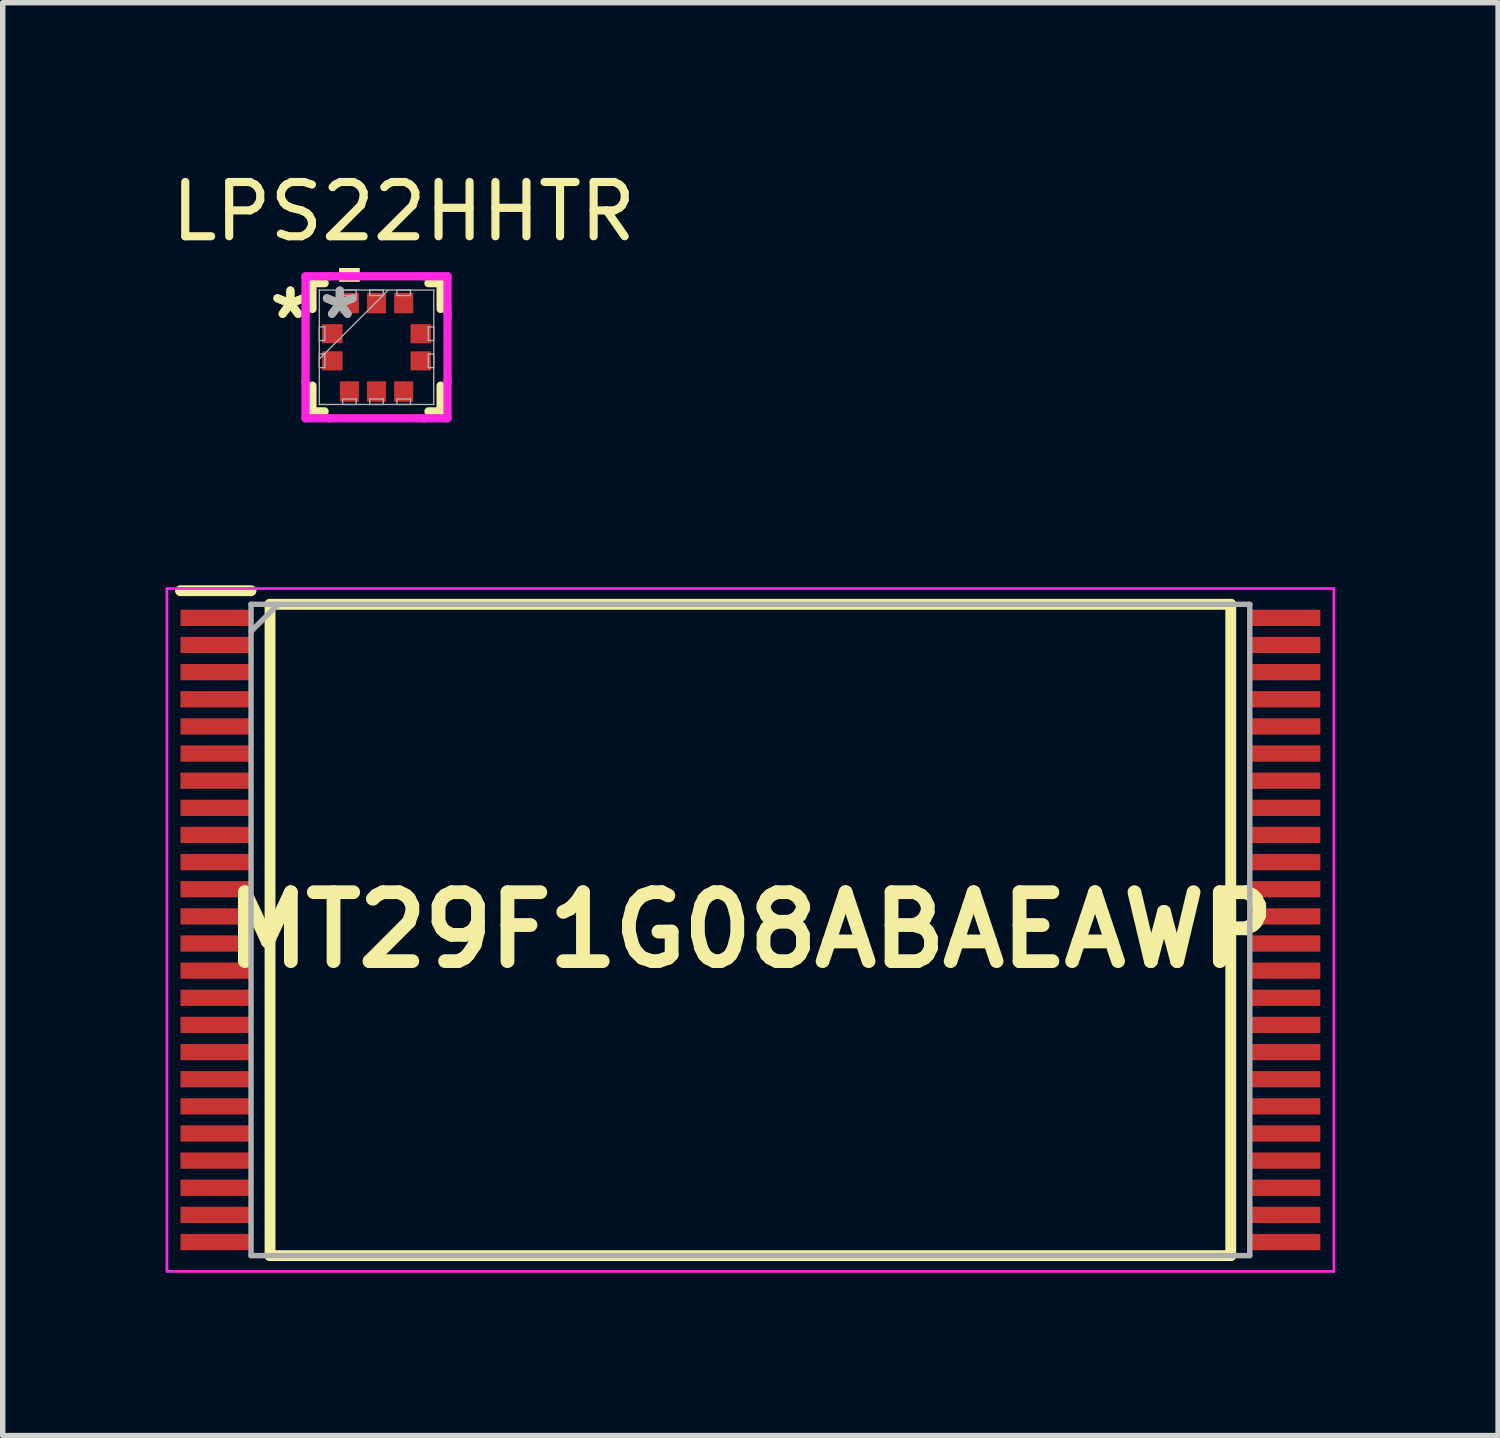
<source format=kicad_pcb>
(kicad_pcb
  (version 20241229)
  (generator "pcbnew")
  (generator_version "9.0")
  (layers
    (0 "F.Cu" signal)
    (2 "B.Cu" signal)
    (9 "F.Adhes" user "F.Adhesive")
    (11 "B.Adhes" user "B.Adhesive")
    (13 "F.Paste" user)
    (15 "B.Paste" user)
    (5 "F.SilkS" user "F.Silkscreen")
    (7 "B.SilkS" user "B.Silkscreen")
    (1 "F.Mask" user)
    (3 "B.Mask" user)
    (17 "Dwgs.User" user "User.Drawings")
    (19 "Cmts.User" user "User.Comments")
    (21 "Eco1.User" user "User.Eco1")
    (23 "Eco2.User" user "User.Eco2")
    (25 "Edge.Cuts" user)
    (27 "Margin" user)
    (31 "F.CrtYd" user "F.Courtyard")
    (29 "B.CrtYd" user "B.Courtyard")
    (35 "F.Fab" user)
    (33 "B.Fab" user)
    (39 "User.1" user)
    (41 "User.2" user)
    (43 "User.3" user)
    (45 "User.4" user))
  (footprint "LPS22HHTR"
    (layer "F.Cu")
    (at 3.887 3.348)
    (property "Reference" "LPS22HHTR" (at 0.5 -2.5 0) (unlocked yes) (layer "F.SilkS") (effects (font (size 1 1) (thickness 0.15))))
    (attr smd)
    (fp_line (start -1.181 -1.181) (end -1.181 -0.707) (stroke (width 0.152) (type solid)) (layer "F.SilkS"))
    (fp_line (start -1.181 0.707) (end -1.181 1.181) (stroke (width 0.152) (type solid)) (layer "F.SilkS"))
    (fp_line (start -1.181 1.181) (end -0.957 1.181) (stroke (width 0.152) (type solid)) (layer "F.SilkS"))
    (fp_line (start -0.957 -1.181) (end -1.181 -1.181) (stroke (width 0.152) (type solid)) (layer "F.SilkS"))
    (fp_line (start 0.957 1.181) (end 1.181 1.181) (stroke (width 0.152) (type solid)) (layer "F.SilkS"))
    (fp_line (start 1.181 -1.181) (end 0.957 -1.181) (stroke (width 0.152) (type solid)) (layer "F.SilkS"))
    (fp_line (start 1.181 -0.707) (end 1.181 -1.181) (stroke (width 0.152) (type solid)) (layer "F.SilkS"))
    (fp_line (start 1.181 1.181) (end 1.181 0.707) (stroke (width 0.152) (type solid)) (layer "F.SilkS"))
    (fp_poly (pts (xy -0.69 -1.206) (xy -0.69 -1.46) (xy -0.309 -1.46) (xy -0.309 -1.206)) (stroke (width 0) (type solid)) (fill yes) (layer "F.SilkS"))
    (fp_line (start -1.308 -1.308) (end -0.879 -1.308) (stroke (width 0.152) (type solid)) (layer "F.CrtYd"))
    (fp_line (start -1.308 -0.629) (end -1.308 -1.308) (stroke (width 0.152) (type solid)) (layer "F.CrtYd"))
    (fp_line (start -1.308 -0.629) (end -1.308 -0.629) (stroke (width 0.152) (type solid)) (layer "F.CrtYd"))
    (fp_line (start -1.308 0.629) (end -1.308 -0.629) (stroke (width 0.152) (type solid)) (layer "F.CrtYd"))
    (fp_line (start -1.308 0.629) (end -1.308 0.629) (stroke (width 0.152) (type solid)) (layer "F.CrtYd"))
    (fp_line (start -1.308 1.308) (end -1.308 0.629) (stroke (width 0.152) (type solid)) (layer "F.CrtYd"))
    (fp_line (start -0.879 -1.308) (end -0.879 -1.308) (stroke (width 0.152) (type solid)) (layer "F.CrtYd"))
    (fp_line (start -0.879 -1.308) (end 0.879 -1.308) (stroke (width 0.152) (type solid)) (layer "F.CrtYd"))
    (fp_line (start -0.879 1.308) (end -1.308 1.308) (stroke (width 0.152) (type solid)) (layer "F.CrtYd"))
    (fp_line (start -0.879 1.308) (end -0.879 1.308) (stroke (width 0.152) (type solid)) (layer "F.CrtYd"))
    (fp_line (start 0.879 -1.308) (end 0.879 -1.308) (stroke (width 0.152) (type solid)) (layer "F.CrtYd"))
    (fp_line (start 0.879 -1.308) (end 1.308 -1.308) (stroke (width 0.152) (type solid)) (layer "F.CrtYd"))
    (fp_line (start 0.879 1.308) (end -0.879 1.308) (stroke (width 0.152) (type solid)) (layer "F.CrtYd"))
    (fp_line (start 0.879 1.308) (end 0.879 1.308) (stroke (width 0.152) (type solid)) (layer "F.CrtYd"))
    (fp_line (start 1.308 -1.308) (end 1.308 -0.629) (stroke (width 0.152) (type solid)) (layer "F.CrtYd"))
    (fp_line (start 1.308 -0.629) (end 1.308 -0.629) (stroke (width 0.152) (type solid)) (layer "F.CrtYd"))
    (fp_line (start 1.308 -0.629) (end 1.308 0.629) (stroke (width 0.152) (type solid)) (layer "F.CrtYd"))
    (fp_line (start 1.308 0.629) (end 1.308 0.629) (stroke (width 0.152) (type solid)) (layer "F.CrtYd"))
    (fp_line (start 1.308 0.629) (end 1.308 1.308) (stroke (width 0.152) (type solid)) (layer "F.CrtYd"))
    (fp_line (start 1.308 1.308) (end 0.879 1.308) (stroke (width 0.152) (type solid)) (layer "F.CrtYd"))
    (fp_line (start -1.054 -1.054) (end -1.054 -1.054) (stroke (width 0.025) (type solid)) (layer "F.Fab"))
    (fp_line (start -1.054 -1.054) (end -1.054 1.054) (stroke (width 0.025) (type solid)) (layer "F.Fab"))
    (fp_line (start -1.054 -0.375) (end -0.953 -0.375) (stroke (width 0.025) (type solid)) (layer "F.Fab"))
    (fp_line (start -1.054 -0.125) (end -1.054 -0.375) (stroke (width 0.025) (type solid)) (layer "F.Fab"))
    (fp_line (start -1.054 0.125) (end -0.953 0.125) (stroke (width 0.025) (type solid)) (layer "F.Fab"))
    (fp_line (start -1.054 0.216) (end 0.216 -1.054) (stroke (width 0.025) (type solid)) (layer "F.Fab"))
    (fp_line (start -1.054 0.375) (end -1.054 0.125) (stroke (width 0.025) (type solid)) (layer "F.Fab"))
    (fp_line (start -1.054 1.054) (end -1.054 1.054) (stroke (width 0.025) (type solid)) (layer "F.Fab"))
    (fp_line (start -1.054 1.054) (end 1.054 1.054) (stroke (width 0.025) (type solid)) (layer "F.Fab"))
    (fp_line (start -0.953 -0.375) (end -0.953 -0.125) (stroke (width 0.025) (type solid)) (layer "F.Fab"))
    (fp_line (start -0.953 -0.125) (end -1.054 -0.125) (stroke (width 0.025) (type solid)) (layer "F.Fab"))
    (fp_line (start -0.953 0.125) (end -0.953 0.375) (stroke (width 0.025) (type solid)) (layer "F.Fab"))
    (fp_line (start -0.953 0.375) (end -1.054 0.375) (stroke (width 0.025) (type solid)) (layer "F.Fab"))
    (fp_line (start -0.625 -1.054) (end -0.375 -1.054) (stroke (width 0.025) (type solid)) (layer "F.Fab"))
    (fp_line (start -0.625 -0.953) (end -0.625 -1.054) (stroke (width 0.025) (type solid)) (layer "F.Fab"))
    (fp_line (start -0.625 0.953) (end -0.375 0.953) (stroke (width 0.025) (type solid)) (layer "F.Fab"))
    (fp_line (start -0.625 1.054) (end -0.625 0.953) (stroke (width 0.025) (type solid)) (layer "F.Fab"))
    (fp_line (start -0.375 -1.054) (end -0.375 -0.953) (stroke (width 0.025) (type solid)) (layer "F.Fab"))
    (fp_line (start -0.375 -0.953) (end -0.625 -0.953) (stroke (width 0.025) (type solid)) (layer "F.Fab"))
    (fp_line (start -0.375 0.953) (end -0.375 1.054) (stroke (width 0.025) (type solid)) (layer "F.Fab"))
    (fp_line (start -0.375 1.054) (end -0.625 1.054) (stroke (width 0.025) (type solid)) (layer "F.Fab"))
    (fp_line (start -0.125 -1.054) (end 0.125 -1.054) (stroke (width 0.025) (type solid)) (layer "F.Fab"))
    (fp_line (start -0.125 -0.953) (end -0.125 -1.054) (stroke (width 0.025) (type solid)) (layer "F.Fab"))
    (fp_line (start -0.125 0.953) (end 0.125 0.953) (stroke (width 0.025) (type solid)) (layer "F.Fab"))
    (fp_line (start -0.125 1.054) (end -0.125 0.953) (stroke (width 0.025) (type solid)) (layer "F.Fab"))
    (fp_line (start 0.125 -1.054) (end 0.125 -0.953) (stroke (width 0.025) (type solid)) (layer "F.Fab"))
    (fp_line (start 0.125 -0.953) (end -0.125 -0.953) (stroke (width 0.025) (type solid)) (layer "F.Fab"))
    (fp_line (start 0.125 0.953) (end 0.125 1.054) (stroke (width 0.025) (type solid)) (layer "F.Fab"))
    (fp_line (start 0.125 1.054) (end -0.125 1.054) (stroke (width 0.025) (type solid)) (layer "F.Fab"))
    (fp_line (start 0.375 -1.054) (end 0.625 -1.054) (stroke (width 0.025) (type solid)) (layer "F.Fab"))
    (fp_line (start 0.375 -0.953) (end 0.375 -1.054) (stroke (width 0.025) (type solid)) (layer "F.Fab"))
    (fp_line (start 0.375 0.953) (end 0.625 0.953) (stroke (width 0.025) (type solid)) (layer "F.Fab"))
    (fp_line (start 0.375 1.054) (end 0.375 0.953) (stroke (width 0.025) (type solid)) (layer "F.Fab"))
    (fp_line (start 0.625 -1.054) (end 0.625 -0.953) (stroke (width 0.025) (type solid)) (layer "F.Fab"))
    (fp_line (start 0.625 -0.953) (end 0.375 -0.953) (stroke (width 0.025) (type solid)) (layer "F.Fab"))
    (fp_line (start 0.625 0.953) (end 0.625 1.054) (stroke (width 0.025) (type solid)) (layer "F.Fab"))
    (fp_line (start 0.625 1.054) (end 0.375 1.054) (stroke (width 0.025) (type solid)) (layer "F.Fab"))
    (fp_line (start 0.953 -0.375) (end 1.054 -0.375) (stroke (width 0.025) (type solid)) (layer "F.Fab"))
    (fp_line (start 0.953 -0.125) (end 0.953 -0.375) (stroke (width 0.025) (type solid)) (layer "F.Fab"))
    (fp_line (start 0.953 0.125) (end 1.054 0.125) (stroke (width 0.025) (type solid)) (layer "F.Fab"))
    (fp_line (start 0.953 0.375) (end 0.953 0.125) (stroke (width 0.025) (type solid)) (layer "F.Fab"))
    (fp_line (start 1.054 -1.054) (end -1.054 -1.054) (stroke (width 0.025) (type solid)) (layer "F.Fab"))
    (fp_line (start 1.054 -1.054) (end 1.054 -1.054) (stroke (width 0.025) (type solid)) (layer "F.Fab"))
    (fp_line (start 1.054 -0.375) (end 1.054 -0.125) (stroke (width 0.025) (type solid)) (layer "F.Fab"))
    (fp_line (start 1.054 -0.125) (end 0.953 -0.125) (stroke (width 0.025) (type solid)) (layer "F.Fab"))
    (fp_line (start 1.054 0.125) (end 1.054 0.375) (stroke (width 0.025) (type solid)) (layer "F.Fab"))
    (fp_line (start 1.054 0.375) (end 0.953 0.375) (stroke (width 0.025) (type solid)) (layer "F.Fab"))
    (fp_line (start 1.054 1.054) (end 1.054 -1.054) (stroke (width 0.025) (type solid)) (layer "F.Fab"))
    (fp_line (start 1.054 1.054) (end 1.054 1.054) (stroke (width 0.025) (type solid)) (layer "F.Fab"))
    (fp_text user "*" (at -1.587 -0.5 0) (layer "F.SilkS") (effects (font (size 1 1) (thickness 0.15))))
    (fp_text user "*" (at -1.587 -0.5 0) (unlocked yes) (layer "F.SilkS") (effects (font (size 1 1) (thickness 0.15))))
    (fp_text user "*" (at -0.677 -0.5 0) (layer "F.Fab") (effects (font (size 1 1) (thickness 0.15))))
    (fp_text user "*" (at -0.677 -0.5 0) (unlocked yes) (layer "F.Fab") (effects (font (size 1 1) (thickness 0.15))))
    (pad "1" smd rect (at -0.815 -0.25 90) (size 0.352 0.377) (layers "F.Cu" "F.Mask" "F.Paste"))
    (pad "2" smd rect (at -0.815 0.25 90) (size 0.352 0.377) (layers "F.Cu" "F.Mask" "F.Paste"))
    (pad "3" smd rect (at -0.5 0.815) (size 0.352 0.377) (layers "F.Cu" "F.Mask" "F.Paste"))
    (pad "4" smd rect (at 0 0.815) (size 0.352 0.377) (layers "F.Cu" "F.Mask" "F.Paste"))
    (pad "5" smd rect (at 0.5 0.815) (size 0.352 0.377) (layers "F.Cu" "F.Mask" "F.Paste"))
    (pad "6" smd rect (at 0.815 0.25 90) (size 0.352 0.377) (layers "F.Cu" "F.Mask" "F.Paste"))
    (pad "7" smd rect (at 0.815 -0.25 90) (size 0.352 0.377) (layers "F.Cu" "F.Mask" "F.Paste"))
    (pad "8" smd rect (at 0.5 -0.815) (size 0.352 0.377) (layers "F.Cu" "F.Mask" "F.Paste"))
    (pad "9" smd rect (at 0 -0.815) (size 0.352 0.377) (layers "F.Cu" "F.Mask" "F.Paste"))
    (pad "10" smd rect (at -0.5 -0.815) (size 0.352 0.377) (layers "F.Cu" "F.Mask" "F.Paste")))
  (footprint "MT29F1G08ABAEAWP"
    (layer "F.Cu")
    (at 10.775 14.083)
    (property "Reference" "MT29F1G08ABAEAWP" (at 0 0 0) (layer "F.SilkS") (effects (font (size 1.27 1.27) (thickness 0.254))))
    (attr smd)
    (fp_line (start -10.5 -6.25) (end -9.2 -6.25) (stroke (width 0.2) (type solid)) (layer "F.SilkS"))
    (fp_line (start -8.85 -6) (end 8.85 -6) (stroke (width 0.2) (type solid)) (layer "F.SilkS"))
    (fp_line (start -8.85 6) (end -8.85 -6) (stroke (width 0.2) (type solid)) (layer "F.SilkS"))
    (fp_line (start 8.85 -6) (end 8.85 6) (stroke (width 0.2) (type solid)) (layer "F.SilkS"))
    (fp_line (start 8.85 6) (end -8.85 6) (stroke (width 0.2) (type solid)) (layer "F.SilkS"))
    (fp_line (start -10.75 -6.29) (end 10.75 -6.29) (stroke (width 0.05) (type solid)) (layer "F.CrtYd"))
    (fp_line (start -10.75 6.29) (end -10.75 -6.29) (stroke (width 0.05) (type solid)) (layer "F.CrtYd"))
    (fp_line (start 10.75 -6.29) (end 10.75 6.29) (stroke (width 0.05) (type solid)) (layer "F.CrtYd"))
    (fp_line (start 10.75 6.29) (end -10.75 6.29) (stroke (width 0.05) (type solid)) (layer "F.CrtYd"))
    (fp_line (start -9.2 -6) (end 9.2 -6) (stroke (width 0.1) (type solid)) (layer "F.Fab"))
    (fp_line (start -9.2 -5.5) (end -8.7 -6) (stroke (width 0.1) (type solid)) (layer "F.Fab"))
    (fp_line (start -9.2 6) (end -9.2 -6) (stroke (width 0.1) (type solid)) (layer "F.Fab"))
    (fp_line (start 9.2 -6) (end 9.2 6) (stroke (width 0.1) (type solid)) (layer "F.Fab"))
    (fp_line (start 9.2 6) (end -9.2 6) (stroke (width 0.1) (type solid)) (layer "F.Fab"))
    (pad "1" smd rect (at -9.85 -5.75 90) (size 0.3 1.3) (layers "F.Cu" "F.Mask" "F.Paste"))
    (pad "2" smd rect (at -9.85 -5.25 90) (size 0.3 1.3) (layers "F.Cu" "F.Mask" "F.Paste"))
    (pad "3" smd rect (at -9.85 -4.75 90) (size 0.3 1.3) (layers "F.Cu" "F.Mask" "F.Paste"))
    (pad "4" smd rect (at -9.85 -4.25 90) (size 0.3 1.3) (layers "F.Cu" "F.Mask" "F.Paste"))
    (pad "5" smd rect (at -9.85 -3.75 90) (size 0.3 1.3) (layers "F.Cu" "F.Mask" "F.Paste"))
    (pad "6" smd rect (at -9.85 -3.25 90) (size 0.3 1.3) (layers "F.Cu" "F.Mask" "F.Paste"))
    (pad "7" smd rect (at -9.85 -2.75 90) (size 0.3 1.3) (layers "F.Cu" "F.Mask" "F.Paste"))
    (pad "8" smd rect (at -9.85 -2.25 90) (size 0.3 1.3) (layers "F.Cu" "F.Mask" "F.Paste"))
    (pad "9" smd rect (at -9.85 -1.75 90) (size 0.3 1.3) (layers "F.Cu" "F.Mask" "F.Paste"))
    (pad "10" smd rect (at -9.85 -1.25 90) (size 0.3 1.3) (layers "F.Cu" "F.Mask" "F.Paste"))
    (pad "11" smd rect (at -9.85 -0.75 90) (size 0.3 1.3) (layers "F.Cu" "F.Mask" "F.Paste"))
    (pad "12" smd rect (at -9.85 -0.25 90) (size 0.3 1.3) (layers "F.Cu" "F.Mask" "F.Paste"))
    (pad "13" smd rect (at -9.85 0.25 90) (size 0.3 1.3) (layers "F.Cu" "F.Mask" "F.Paste"))
    (pad "14" smd rect (at -9.85 0.75 90) (size 0.3 1.3) (layers "F.Cu" "F.Mask" "F.Paste"))
    (pad "15" smd rect (at -9.85 1.25 90) (size 0.3 1.3) (layers "F.Cu" "F.Mask" "F.Paste"))
    (pad "16" smd rect (at -9.85 1.75 90) (size 0.3 1.3) (layers "F.Cu" "F.Mask" "F.Paste"))
    (pad "17" smd rect (at -9.85 2.25 90) (size 0.3 1.3) (layers "F.Cu" "F.Mask" "F.Paste"))
    (pad "18" smd rect (at -9.85 2.75 90) (size 0.3 1.3) (layers "F.Cu" "F.Mask" "F.Paste"))
    (pad "19" smd rect (at -9.85 3.25 90) (size 0.3 1.3) (layers "F.Cu" "F.Mask" "F.Paste"))
    (pad "20" smd rect (at -9.85 3.75 90) (size 0.3 1.3) (layers "F.Cu" "F.Mask" "F.Paste"))
    (pad "21" smd rect (at -9.85 4.25 90) (size 0.3 1.3) (layers "F.Cu" "F.Mask" "F.Paste"))
    (pad "22" smd rect (at -9.85 4.75 90) (size 0.3 1.3) (layers "F.Cu" "F.Mask" "F.Paste"))
    (pad "23" smd rect (at -9.85 5.25 90) (size 0.3 1.3) (layers "F.Cu" "F.Mask" "F.Paste"))
    (pad "24" smd rect (at -9.85 5.75 90) (size 0.3 1.3) (layers "F.Cu" "F.Mask" "F.Paste"))
    (pad "25" smd rect (at 9.85 5.75 90) (size 0.3 1.3) (layers "F.Cu" "F.Mask" "F.Paste"))
    (pad "26" smd rect (at 9.85 5.25 90) (size 0.3 1.3) (layers "F.Cu" "F.Mask" "F.Paste"))
    (pad "27" smd rect (at 9.85 4.75 90) (size 0.3 1.3) (layers "F.Cu" "F.Mask" "F.Paste"))
    (pad "28" smd rect (at 9.85 4.25 90) (size 0.3 1.3) (layers "F.Cu" "F.Mask" "F.Paste"))
    (pad "29" smd rect (at 9.85 3.75 90) (size 0.3 1.3) (layers "F.Cu" "F.Mask" "F.Paste"))
    (pad "30" smd rect (at 9.85 3.25 90) (size 0.3 1.3) (layers "F.Cu" "F.Mask" "F.Paste"))
    (pad "31" smd rect (at 9.85 2.75 90) (size 0.3 1.3) (layers "F.Cu" "F.Mask" "F.Paste"))
    (pad "32" smd rect (at 9.85 2.25 90) (size 0.3 1.3) (layers "F.Cu" "F.Mask" "F.Paste"))
    (pad "33" smd rect (at 9.85 1.75 90) (size 0.3 1.3) (layers "F.Cu" "F.Mask" "F.Paste"))
    (pad "34" smd rect (at 9.85 1.25 90) (size 0.3 1.3) (layers "F.Cu" "F.Mask" "F.Paste"))
    (pad "35" smd rect (at 9.85 0.75 90) (size 0.3 1.3) (layers "F.Cu" "F.Mask" "F.Paste"))
    (pad "36" smd rect (at 9.85 0.25 90) (size 0.3 1.3) (layers "F.Cu" "F.Mask" "F.Paste"))
    (pad "37" smd rect (at 9.85 -0.25 90) (size 0.3 1.3) (layers "F.Cu" "F.Mask" "F.Paste"))
    (pad "38" smd rect (at 9.85 -0.75 90) (size 0.3 1.3) (layers "F.Cu" "F.Mask" "F.Paste"))
    (pad "39" smd rect (at 9.85 -1.25 90) (size 0.3 1.3) (layers "F.Cu" "F.Mask" "F.Paste"))
    (pad "40" smd rect (at 9.85 -1.75 90) (size 0.3 1.3) (layers "F.Cu" "F.Mask" "F.Paste"))
    (pad "41" smd rect (at 9.85 -2.25 90) (size 0.3 1.3) (layers "F.Cu" "F.Mask" "F.Paste"))
    (pad "42" smd rect (at 9.85 -2.75 90) (size 0.3 1.3) (layers "F.Cu" "F.Mask" "F.Paste"))
    (pad "43" smd rect (at 9.85 -3.25 90) (size 0.3 1.3) (layers "F.Cu" "F.Mask" "F.Paste"))
    (pad "44" smd rect (at 9.85 -3.75 90) (size 0.3 1.3) (layers "F.Cu" "F.Mask" "F.Paste"))
    (pad "45" smd rect (at 9.85 -4.25 90) (size 0.3 1.3) (layers "F.Cu" "F.Mask" "F.Paste"))
    (pad "46" smd rect (at 9.85 -4.75 90) (size 0.3 1.3) (layers "F.Cu" "F.Mask" "F.Paste"))
    (pad "47" smd rect (at 9.85 -5.25 90) (size 0.3 1.3) (layers "F.Cu" "F.Mask" "F.Paste"))
    (pad "48" smd rect (at 9.85 -5.75 90) (size 0.3 1.3) (layers "F.Cu" "F.Mask" "F.Paste")))
  (gr_rect
    (start -3 -3)
    (end 24.55 23.398)
    (stroke (width 0.1) (type default))
    (fill no)
    (layer "Edge.Cuts")))
</source>
